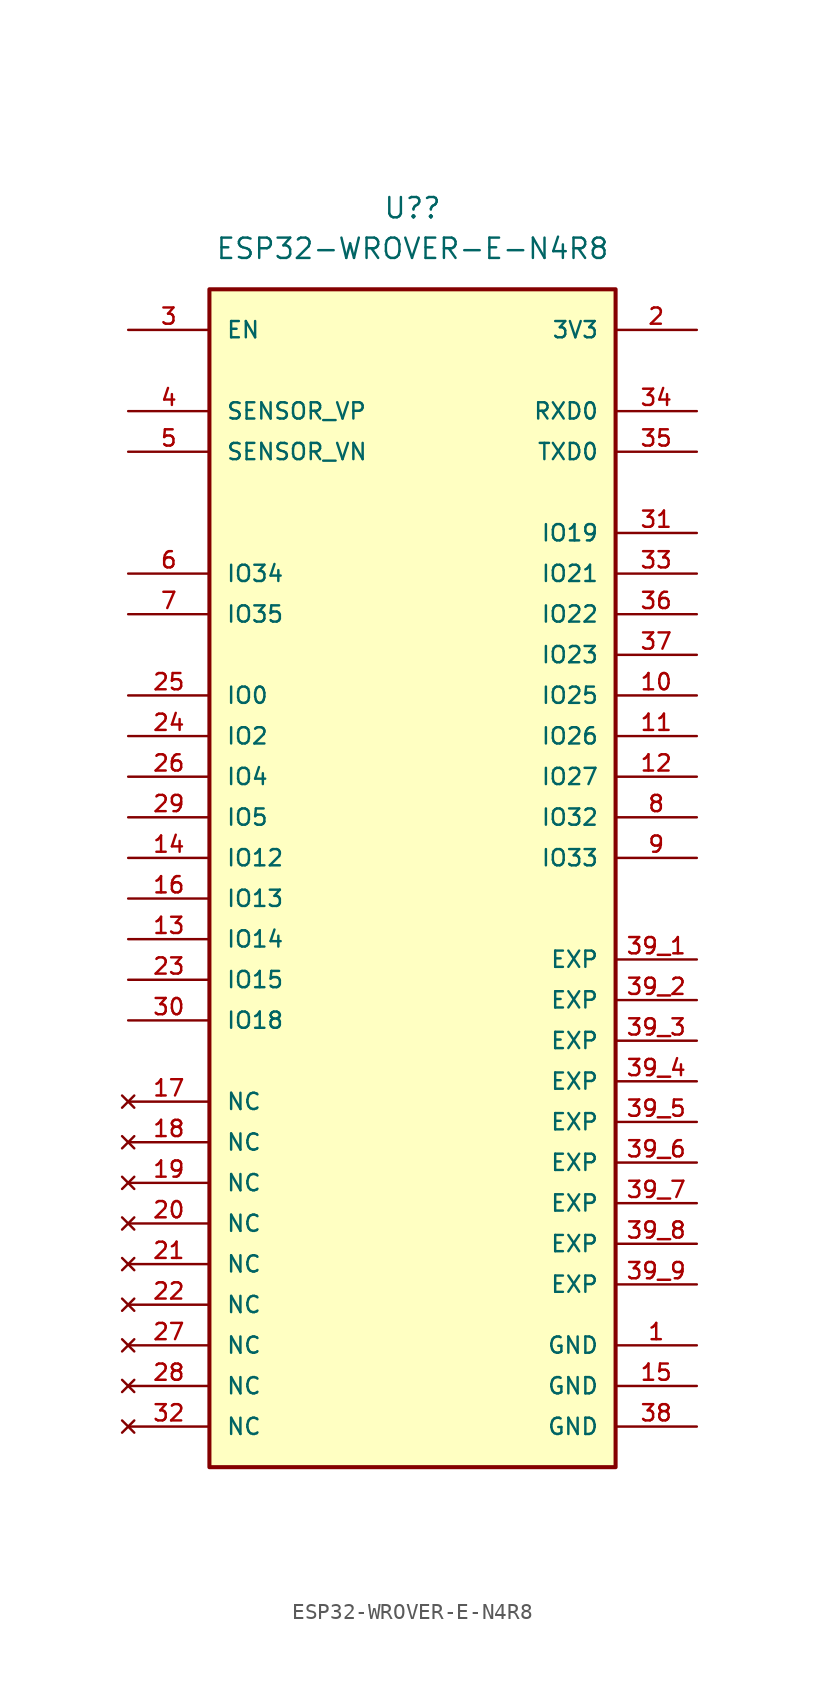
<source format=kicad_sym>
(kicad_symbol_lib
  (version 20211014)
  (generator kicad_symbol_editor)
  (symbol "ESP32-WROVER-E-N4R8"
    (pin_names
      (offset 1.016))
    (property "Reference" "U?"
      (at 1.27 40.64 0)
      (effects (font (size 1.27 1.27))))
    (property "Value" "ESP32-WROVER-E-N4R8"
      (at 1.27 38.1 0)
      (effects (font (size 1.27 1.27))))
    (symbol "ESP32-WROVER-E-N4R8_0_0"
      (rectangle (start -11.43 35.56) (end 13.97 -38.1) (stroke (width 0.254) (type default) (color 0 0 0 0)) (fill (type background)))
      (pin power_in line (at 19.05 -30.48 180) (length 5.08) (name "GND" (effects (font (size 1.016 1.016)))) (number "1" (effects (font (size 1.016 1.016)))))
      (pin bidirectional line (at 19.05 10.16 180) (length 5.08) (name "IO25" (effects (font (size 1.016 1.016)))) (number "10" (effects (font (size 1.016 1.016)))))
      (pin bidirectional line (at 19.05 7.62 180) (length 5.08) (name "IO26" (effects (font (size 1.016 1.016)))) (number "11" (effects (font (size 1.016 1.016)))))
      (pin bidirectional line (at 19.05 5.08 180) (length 5.08) (name "IO27" (effects (font (size 1.016 1.016)))) (number "12" (effects (font (size 1.016 1.016)))))
      (pin bidirectional line (at -16.51 -5.08 0) (length 5.08) (name "IO14" (effects (font (size 1.016 1.016)))) (number "13" (effects (font (size 1.016 1.016)))))
      (pin bidirectional line (at -16.51 0 0) (length 5.08) (name "IO12" (effects (font (size 1.016 1.016)))) (number "14" (effects (font (size 1.016 1.016)))))
      (pin power_in line (at 19.05 -33.02 180) (length 5.08) (name "GND" (effects (font (size 1.016 1.016)))) (number "15" (effects (font (size 1.016 1.016)))))
      (pin bidirectional line (at -16.51 -2.54 0) (length 5.08) (name "IO13" (effects (font (size 1.016 1.016)))) (number "16" (effects (font (size 1.016 1.016)))))
      (pin no_connect line (at -16.51 -15.24 0) (length 5.08) (name "NC" (effects (font (size 1.016 1.016)))) (number "17" (effects (font (size 1.016 1.016)))))
      (pin no_connect line (at -16.51 -17.78 0) (length 5.08) (name "NC" (effects (font (size 1.016 1.016)))) (number "18" (effects (font (size 1.016 1.016)))))
      (pin no_connect line (at -16.51 -20.32 0) (length 5.08) (name "NC" (effects (font (size 1.016 1.016)))) (number "19" (effects (font (size 1.016 1.016)))))
      (pin power_in line (at 19.05 33.02 180) (length 5.08) (name "3V3" (effects (font (size 1.016 1.016)))) (number "2" (effects (font (size 1.016 1.016)))))
      (pin no_connect line (at -16.51 -22.86 0) (length 5.08) (name "NC" (effects (font (size 1.016 1.016)))) (number "20" (effects (font (size 1.016 1.016)))))
      (pin no_connect line (at -16.51 -25.4 0) (length 5.08) (name "NC" (effects (font (size 1.016 1.016)))) (number "21" (effects (font (size 1.016 1.016)))))
      (pin no_connect line (at -16.51 -27.94 0) (length 5.08) (name "NC" (effects (font (size 1.016 1.016)))) (number "22" (effects (font (size 1.016 1.016)))))
      (pin bidirectional line (at -16.51 -7.62 0) (length 5.08) (name "IO15" (effects (font (size 1.016 1.016)))) (number "23" (effects (font (size 1.016 1.016)))))
      (pin bidirectional line (at -16.51 7.62 0) (length 5.08) (name "IO2" (effects (font (size 1.016 1.016)))) (number "24" (effects (font (size 1.016 1.016)))))
      (pin bidirectional line (at -16.51 10.16 0) (length 5.08) (name "IO0" (effects (font (size 1.016 1.016)))) (number "25" (effects (font (size 1.016 1.016)))))
      (pin bidirectional line (at -16.51 5.08 0) (length 5.08) (name "IO4" (effects (font (size 1.016 1.016)))) (number "26" (effects (font (size 1.016 1.016)))))
      (pin no_connect line (at -16.51 -30.48 0) (length 5.08) (name "NC" (effects (font (size 1.016 1.016)))) (number "27" (effects (font (size 1.016 1.016)))))
      (pin no_connect line (at -16.51 -33.02 0) (length 5.08) (name "NC" (effects (font (size 1.016 1.016)))) (number "28" (effects (font (size 1.016 1.016)))))
      (pin bidirectional line (at -16.51 2.54 0) (length 5.08) (name "IO5" (effects (font (size 1.016 1.016)))) (number "29" (effects (font (size 1.016 1.016)))))
      (pin input line (at -16.51 33.02 0) (length 5.08) (name "EN" (effects (font (size 1.016 1.016)))) (number "3" (effects (font (size 1.016 1.016)))))
      (pin bidirectional line (at -16.51 -10.16 0) (length 5.08) (name "IO18" (effects (font (size 1.016 1.016)))) (number "30" (effects (font (size 1.016 1.016)))))
      (pin bidirectional line (at 19.05 20.32 180) (length 5.08) (name "IO19" (effects (font (size 1.016 1.016)))) (number "31" (effects (font (size 1.016 1.016)))))
      (pin no_connect line (at -16.51 -35.56 0) (length 5.08) (name "NC" (effects (font (size 1.016 1.016)))) (number "32" (effects (font (size 1.016 1.016)))))
      (pin bidirectional line (at 19.05 17.78 180) (length 5.08) (name "IO21" (effects (font (size 1.016 1.016)))) (number "33" (effects (font (size 1.016 1.016)))))
      (pin bidirectional line (at 19.05 27.94 180) (length 5.08) (name "RXD0" (effects (font (size 1.016 1.016)))) (number "34" (effects (font (size 1.016 1.016)))))
      (pin bidirectional line (at 19.05 25.4 180) (length 5.08) (name "TXD0" (effects (font (size 1.016 1.016)))) (number "35" (effects (font (size 1.016 1.016)))))
      (pin bidirectional line (at 19.05 15.24 180) (length 5.08) (name "IO22" (effects (font (size 1.016 1.016)))) (number "36" (effects (font (size 1.016 1.016)))))
      (pin bidirectional line (at 19.05 12.7 180) (length 5.08) (name "IO23" (effects (font (size 1.016 1.016)))) (number "37" (effects (font (size 1.016 1.016)))))
      (pin power_in line (at 19.05 -35.56 180) (length 5.08) (name "GND" (effects (font (size 1.016 1.016)))) (number "38" (effects (font (size 1.016 1.016)))))
      (pin power_in line (at 19.05 -6.35 180) (length 5.08) (name "EXP" (effects (font (size 1.016 1.016)))) (number "39_1" (effects (font (size 1.016 1.016)))))
      (pin power_in line (at 19.05 -8.89 180) (length 5.08) (name "EXP" (effects (font (size 1.016 1.016)))) (number "39_2" (effects (font (size 1.016 1.016)))))
      (pin power_in line (at 19.05 -11.43 180) (length 5.08) (name "EXP" (effects (font (size 1.016 1.016)))) (number "39_3" (effects (font (size 1.016 1.016)))))
      (pin power_in line (at 19.05 -13.97 180) (length 5.08) (name "EXP" (effects (font (size 1.016 1.016)))) (number "39_4" (effects (font (size 1.016 1.016)))))
      (pin power_in line (at 19.05 -16.51 180) (length 5.08) (name "EXP" (effects (font (size 1.016 1.016)))) (number "39_5" (effects (font (size 1.016 1.016)))))
      (pin power_in line (at 19.05 -19.05 180) (length 5.08) (name "EXP" (effects (font (size 1.016 1.016)))) (number "39_6" (effects (font (size 1.016 1.016)))))
      (pin power_in line (at 19.05 -21.59 180) (length 5.08) (name "EXP" (effects (font (size 1.016 1.016)))) (number "39_7" (effects (font (size 1.016 1.016)))))
      (pin power_in line (at 19.05 -24.13 180) (length 5.08) (name "EXP" (effects (font (size 1.016 1.016)))) (number "39_8" (effects (font (size 1.016 1.016)))))
      (pin power_in line (at 19.05 -26.67 180) (length 5.08) (name "EXP" (effects (font (size 1.016 1.016)))) (number "39_9" (effects (font (size 1.016 1.016)))))
      (pin input line (at -16.51 27.94 0) (length 5.08) (name "SENSOR_VP" (effects (font (size 1.016 1.016)))) (number "4" (effects (font (size 1.016 1.016)))))
      (pin input line (at -16.51 25.4 0) (length 5.08) (name "SENSOR_VN" (effects (font (size 1.016 1.016)))) (number "5" (effects (font (size 1.016 1.016)))))
      (pin input line (at -16.51 17.78 0) (length 5.08) (name "IO34" (effects (font (size 1.016 1.016)))) (number "6" (effects (font (size 1.016 1.016)))))
      (pin input line (at -16.51 15.24 0) (length 5.08) (name "IO35" (effects (font (size 1.016 1.016)))) (number "7" (effects (font (size 1.016 1.016)))))
      (pin bidirectional line (at 19.05 2.54 180) (length 5.08) (name "IO32" (effects (font (size 1.016 1.016)))) (number "8" (effects (font (size 1.016 1.016)))))
      (pin bidirectional line (at 19.05 0 180) (length 5.08) (name "IO33" (effects (font (size 1.016 1.016)))) (number "9" (effects (font (size 1.016 1.016))))))))
</source>
